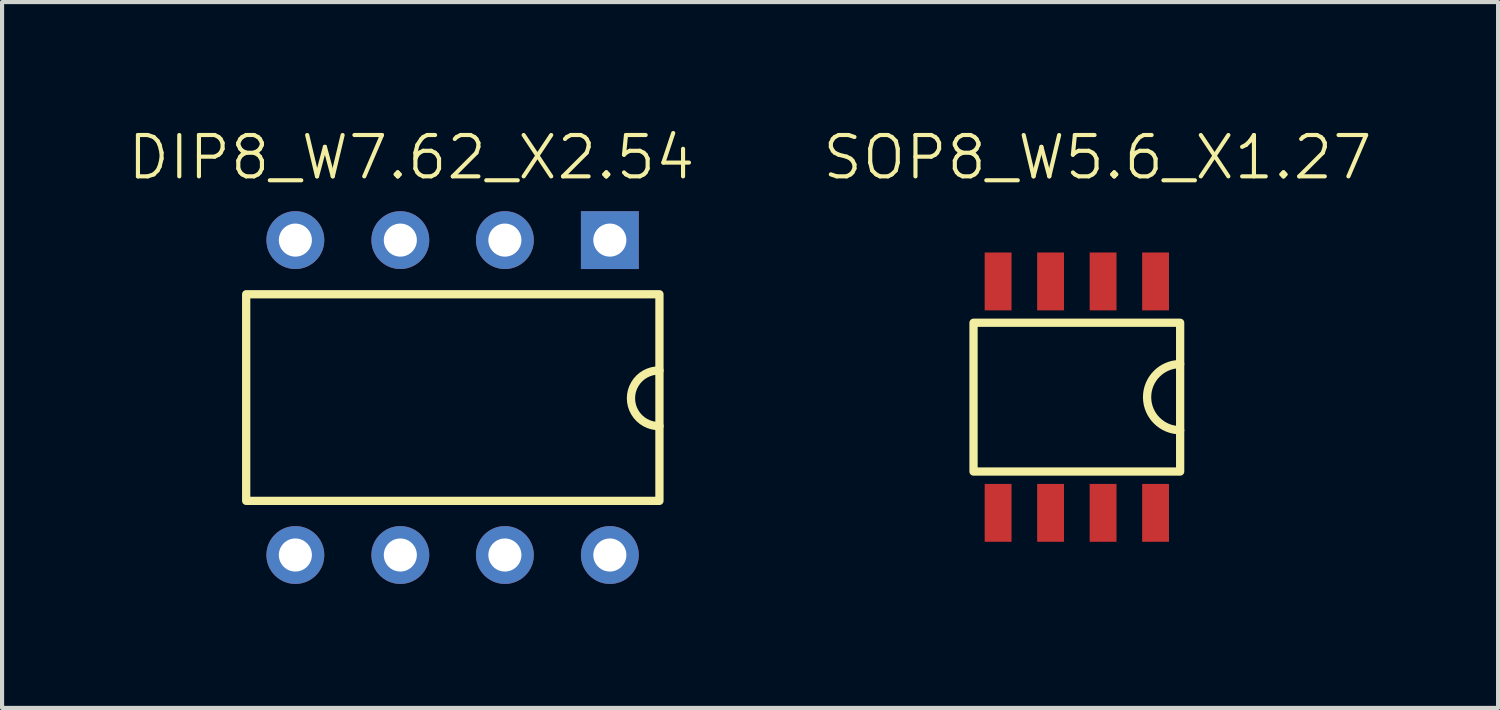
<source format=kicad_pcb>
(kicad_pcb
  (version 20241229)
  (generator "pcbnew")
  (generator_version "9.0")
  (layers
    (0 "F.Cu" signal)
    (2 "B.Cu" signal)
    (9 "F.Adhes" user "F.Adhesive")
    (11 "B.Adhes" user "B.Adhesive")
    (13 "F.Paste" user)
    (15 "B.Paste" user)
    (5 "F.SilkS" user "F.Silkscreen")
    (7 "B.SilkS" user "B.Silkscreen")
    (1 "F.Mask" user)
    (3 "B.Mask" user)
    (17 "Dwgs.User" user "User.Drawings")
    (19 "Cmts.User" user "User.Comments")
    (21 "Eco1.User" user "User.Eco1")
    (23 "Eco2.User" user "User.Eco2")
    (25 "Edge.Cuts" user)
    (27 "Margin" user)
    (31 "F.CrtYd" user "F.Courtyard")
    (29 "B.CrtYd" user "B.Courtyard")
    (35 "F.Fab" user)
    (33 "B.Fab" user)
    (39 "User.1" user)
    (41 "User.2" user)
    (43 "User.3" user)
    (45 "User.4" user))
  (footprint "SOP8_W5.6_X1.27"
    (layer "F.Cu")
    (at 20.507 3.76)
    (property "Reference" "SOP8_W5.6_X1.27" (at 3 -3 0) (unlocked yes) (layer "F.SilkS") (effects (font (size 1 1) (thickness 0.1))))
    (attr smd)
    (fp_rect (start 0 1) (end 5 4.6) (stroke (width 0.2) (type default)) (fill no) (layer "F.SilkS"))
    (fp_arc (start 5 3.6) (mid 4.2 2.8) (end 5 2) (stroke (width 0.2) (type default)) (layer "F.SilkS"))
    (pad "1" smd rect (at 4.405 0) (size 0.65 1.4) (layers "F.Cu" "F.Mask" "F.Paste"))
    (pad "2" smd rect (at 3.135 0) (size 0.65 1.4) (layers "F.Cu" "F.Mask" "F.Paste"))
    (pad "3" smd rect (at 1.865 0) (size 0.65 1.4) (layers "F.Cu" "F.Mask" "F.Paste"))
    (pad "4" smd rect (at 0.595 0) (size 0.65 1.4) (layers "F.Cu" "F.Mask" "F.Paste"))
    (pad "5" smd rect (at 0.595 5.6) (size 0.65 1.4) (layers "F.Cu" "F.Mask" "F.Paste"))
    (pad "6" smd rect (at 1.865 5.6) (size 0.65 1.4) (layers "F.Cu" "F.Mask" "F.Paste"))
    (pad "7" smd rect (at 3.135 5.6) (size 0.65 1.4) (layers "F.Cu" "F.Mask" "F.Paste"))
    (pad "8" smd rect (at 4.405 5.6) (size 0.65 1.4) (layers "F.Cu" "F.Mask" "F.Paste")))
  (footprint "DIP8_W7.62_X2.54"
    (layer "F.Cu")
    (at 2.907 2.76)
    (property "Reference" "DIP8_W7.62_X2.54" (at 4 -2 0) (unlocked yes) (layer "F.SilkS") (effects (font (size 1 1) (thickness 0.1))))
    (attr through_hole)
    (fp_rect (start 0 1.31) (end 10 6.31) (stroke (width 0.2) (type default)) (fill no) (layer "F.SilkS"))
    (fp_arc (start 10 4.5) (mid 9.31 3.81) (end 10 3.155) (stroke (width 0.2) (type default)) (layer "F.SilkS"))
    (pad "1" thru_hole rect (at 8.8 0) (size 1.4 1.4) (drill 0.8) (layers "*.Cu" "*.Mask"))
    (pad "2" thru_hole circle (at 6.26 0) (size 1.4 1.4) (drill 0.8) (layers "*.Cu" "*.Mask"))
    (pad "3" thru_hole circle (at 3.73 0) (size 1.4 1.4) (drill 0.8) (layers "*.Cu" "*.Mask"))
    (pad "4" thru_hole circle (at 1.19 0) (size 1.4 1.4) (drill 0.8) (layers "*.Cu" "*.Mask"))
    (pad "5" thru_hole circle (at 1.19 7.62) (size 1.4 1.4) (drill 0.8) (layers "*.Cu" "*.Mask"))
    (pad "6" thru_hole circle (at 3.73 7.62) (size 1.4 1.4) (drill 0.8) (layers "*.Cu" "*.Mask"))
    (pad "7" thru_hole circle (at 6.26 7.62) (size 1.4 1.4) (drill 0.8) (layers "*.Cu" "*.Mask"))
    (pad "8" thru_hole circle (at 8.8 7.62) (size 1.4 1.4) (drill 0.8) (layers "*.Cu" "*.Mask")))
  (gr_rect
    (start -3 -3)
    (end 33.2 14.081)
    (stroke (width 0.1) (type default))
    (fill no)
    (layer "Edge.Cuts")))
</source>
